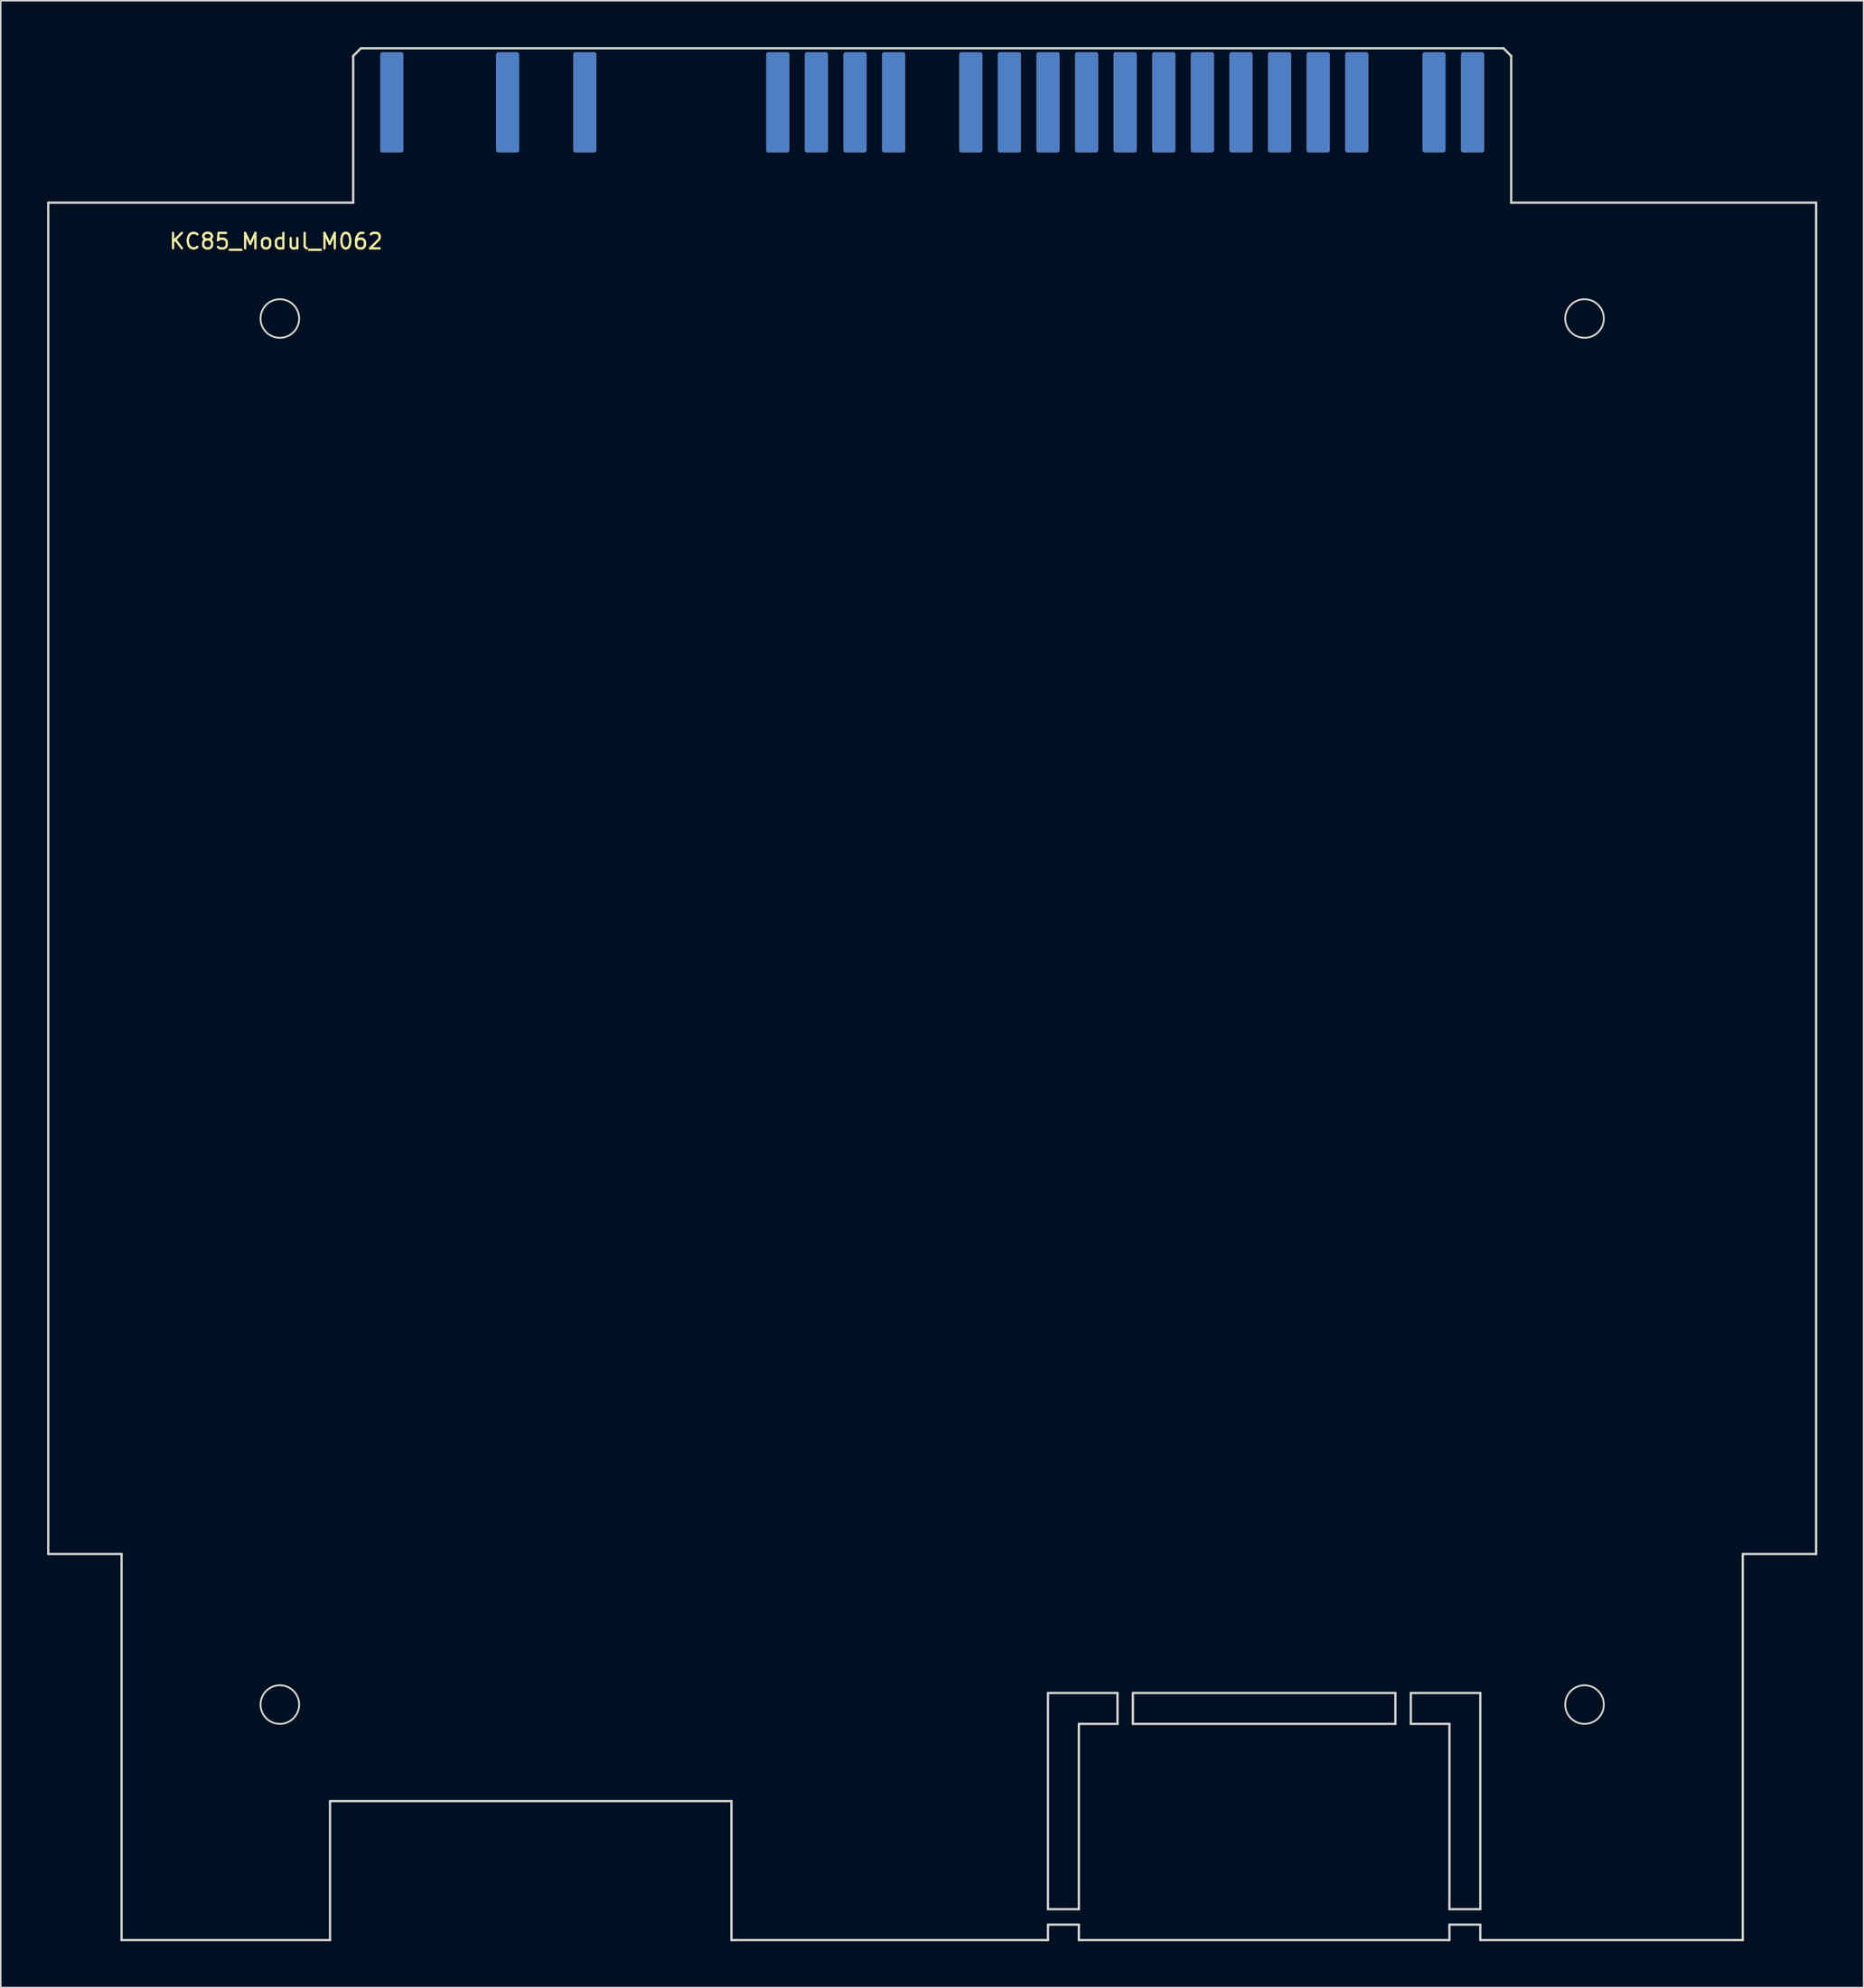
<source format=kicad_pcb>
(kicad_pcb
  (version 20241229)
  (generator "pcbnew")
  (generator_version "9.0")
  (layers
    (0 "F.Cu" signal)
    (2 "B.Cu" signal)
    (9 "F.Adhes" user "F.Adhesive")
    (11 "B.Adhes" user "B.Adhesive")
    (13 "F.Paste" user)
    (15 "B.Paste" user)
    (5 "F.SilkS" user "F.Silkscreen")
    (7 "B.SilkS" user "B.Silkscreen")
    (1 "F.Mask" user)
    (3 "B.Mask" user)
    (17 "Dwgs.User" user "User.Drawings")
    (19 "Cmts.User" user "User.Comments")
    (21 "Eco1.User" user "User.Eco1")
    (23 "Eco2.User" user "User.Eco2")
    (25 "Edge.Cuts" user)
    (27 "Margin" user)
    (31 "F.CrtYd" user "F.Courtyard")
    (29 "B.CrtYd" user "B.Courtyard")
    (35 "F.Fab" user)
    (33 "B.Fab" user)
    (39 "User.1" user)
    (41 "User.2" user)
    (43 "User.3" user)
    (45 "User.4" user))
  (footprint "KC85_Modul_M062"
    (layer "F.Cu")
    (at 19.825 10.075)
    (property "Reference" "KC85_Modul_M062" (at -5 2.5 0) (layer "F.SilkS") (effects (font (size 1 1) (thickness 0.15))))
    (attr through_hole)
    (fp_line (start -19.75 0) (end -19.75 87.5) (stroke (width 0.15) (type solid)) (layer "Edge.Cuts"))
    (fp_line (start -15 87.5) (end -19.75 87.5) (stroke (width 0.15) (type solid)) (layer "Edge.Cuts"))
    (fp_line (start -15 87.5) (end -15 112.5) (stroke (width 0.15) (type solid)) (layer "Edge.Cuts"))
    (fp_line (start -1.5 103.5) (end -1.5 112.5) (stroke (width 0.15) (type default)) (layer "Edge.Cuts"))
    (fp_line (start -1.5 103.5) (end 24.5 103.5) (stroke (width 0.15) (type default)) (layer "Edge.Cuts"))
    (fp_line (start -1.5 112.5) (end -15 112.5) (stroke (width 0.15) (type solid)) (layer "Edge.Cuts"))
    (fp_line (start 0 -9.5) (end 0.5 -10) (stroke (width 0.15) (type solid)) (layer "Edge.Cuts"))
    (fp_line (start 0 0) (end -19.75 0) (stroke (width 0.15) (type solid)) (layer "Edge.Cuts"))
    (fp_line (start 0 0) (end 0 -9.5) (stroke (width 0.15) (type solid)) (layer "Edge.Cuts"))
    (fp_line (start 0.5 -10) (end 74.5 -10) (stroke (width 0.15) (type solid)) (layer "Edge.Cuts"))
    (fp_line (start 24.5 103.5) (end 24.5 112.5) (stroke (width 0.15) (type default)) (layer "Edge.Cuts"))
    (fp_line (start 45 96.5) (end 45 110.5) (stroke (width 0.15) (type default)) (layer "Edge.Cuts"))
    (fp_line (start 45 110.5) (end 47 110.5) (stroke (width 0.15) (type default)) (layer "Edge.Cuts"))
    (fp_line (start 45 111.5) (end 45 112.5) (stroke (width 0.15) (type default)) (layer "Edge.Cuts"))
    (fp_line (start 45 111.5) (end 47 111.5) (stroke (width 0.15) (type default)) (layer "Edge.Cuts"))
    (fp_line (start 45 112.5) (end 24.5 112.5) (stroke (width 0.15) (type solid)) (layer "Edge.Cuts"))
    (fp_line (start 47 98.5) (end 47 110.5) (stroke (width 0.15) (type default)) (layer "Edge.Cuts"))
    (fp_line (start 47 111.5) (end 47 112.5) (stroke (width 0.15) (type default)) (layer "Edge.Cuts"))
    (fp_line (start 49.5 96.5) (end 45 96.5) (stroke (width 0.15) (type default)) (layer "Edge.Cuts"))
    (fp_line (start 49.5 96.5) (end 49.5 98.5) (stroke (width 0.15) (type default)) (layer "Edge.Cuts"))
    (fp_line (start 49.5 98.5) (end 47 98.5) (stroke (width 0.15) (type default)) (layer "Edge.Cuts"))
    (fp_line (start 50.5 96.5) (end 50.5 98.5) (stroke (width 0.15) (type default)) (layer "Edge.Cuts"))
    (fp_line (start 50.5 96.5) (end 67.5 96.5) (stroke (width 0.15) (type default)) (layer "Edge.Cuts"))
    (fp_line (start 50.5 98.5) (end 67.5 98.5) (stroke (width 0.15) (type default)) (layer "Edge.Cuts"))
    (fp_line (start 67.5 98.5) (end 67.5 96.5) (stroke (width 0.15) (type default)) (layer "Edge.Cuts"))
    (fp_line (start 68.5 96.5) (end 73 96.5) (stroke (width 0.15) (type default)) (layer "Edge.Cuts"))
    (fp_line (start 68.5 98.5) (end 68.5 96.5) (stroke (width 0.15) (type default)) (layer "Edge.Cuts"))
    (fp_line (start 68.5 98.5) (end 71 98.5) (stroke (width 0.15) (type default)) (layer "Edge.Cuts"))
    (fp_line (start 71 98.5) (end 71 110.5) (stroke (width 0.15) (type default)) (layer "Edge.Cuts"))
    (fp_line (start 71 110.5) (end 73 110.5) (stroke (width 0.15) (type default)) (layer "Edge.Cuts"))
    (fp_line (start 71 111.5) (end 71 112.5) (stroke (width 0.15) (type default)) (layer "Edge.Cuts"))
    (fp_line (start 71 111.5) (end 73 111.5) (stroke (width 0.15) (type default)) (layer "Edge.Cuts"))
    (fp_line (start 71 112.5) (end 47 112.5) (stroke (width 0.15) (type solid)) (layer "Edge.Cuts"))
    (fp_line (start 73 96.5) (end 73 110.5) (stroke (width 0.15) (type default)) (layer "Edge.Cuts"))
    (fp_line (start 73 111.5) (end 73 112.5) (stroke (width 0.15) (type default)) (layer "Edge.Cuts"))
    (fp_line (start 75 -9.5) (end 74.5 -10) (stroke (width 0.15) (type solid)) (layer "Edge.Cuts"))
    (fp_line (start 75 -9.5) (end 75 0) (stroke (width 0.15) (type solid)) (layer "Edge.Cuts"))
    (fp_line (start 75 0) (end 94.75 0) (stroke (width 0.15) (type solid)) (layer "Edge.Cuts"))
    (fp_line (start 90 87.5) (end 90 112.5) (stroke (width 0.15) (type solid)) (layer "Edge.Cuts"))
    (fp_line (start 90 112.5) (end 73 112.5) (stroke (width 0.15) (type solid)) (layer "Edge.Cuts"))
    (fp_line (start 94.75 0) (end 94.75 87.5) (stroke (width 0.15) (type solid)) (layer "Edge.Cuts"))
    (fp_line (start 94.75 87.5) (end 90 87.5) (stroke (width 0.15) (type solid)) (layer "Edge.Cuts"))
    (fp_circle (center -4.75 7.5) (end -3.5 7.5) (stroke (width 0.12) (type solid)) (fill no) (layer "Edge.Cuts"))
    (fp_circle (center -4.75 97.25) (end -3.5 97.25) (stroke (width 0.12) (type solid)) (fill no) (layer "Edge.Cuts"))
    (fp_circle (center 79.75 7.5) (end 81 7.5) (stroke (width 0.12) (type solid)) (fill no) (layer "Edge.Cuts"))
    (fp_circle (center 79.75 97.25) (end 81 97.25) (stroke (width 0.12) (type solid)) (fill no) (layer "Edge.Cuts"))
    (fp_rect (start -0.5 104) (end 23.5 105.5) (stroke (width 0.1) (type dot)) (fill no) (layer "User.2"))
    (fp_rect (start 0.5 105.5) (end 10.5 112.5) (stroke (width 0.1) (type dash)) (fill no) (layer "User.2"))
    (pad "1A" smd roundrect (at 72.5 -6.5) (size 1.5 6.5) (layers "B.Cu" "B.Mask" "B.Paste") (roundrect_rratio 0.1))
    (pad "1B" smd roundrect (at 72.5 -6.5) (size 1.5 6.5) (layers "F.Cu" "F.Mask" "F.Paste") (roundrect_rratio 0.1))
    (pad "2A" smd roundrect (at 70 -6.5) (size 1.5 6.5) (layers "B.Cu" "B.Mask" "B.Paste") (roundrect_rratio 0.1))
    (pad "4A" smd roundrect (at 65 -6.5) (size 1.5 6.5) (layers "B.Cu" "B.Mask" "B.Paste") (roundrect_rratio 0.1))
    (pad "4B" smd roundrect (at 65 -6.5) (size 1.5 6.5) (layers "F.Cu" "F.Mask" "F.Paste") (roundrect_rratio 0.1))
    (pad "5A" smd roundrect (at 62.5 -6.5) (size 1.5 6.5) (layers "B.Cu" "B.Mask" "B.Paste") (roundrect_rratio 0.1))
    (pad "5B" smd roundrect (at 62.5 -6.5) (size 1.5 6.5) (layers "F.Cu" "F.Mask" "F.Paste") (roundrect_rratio 0.1))
    (pad "6A" smd roundrect (at 60 -6.5) (size 1.5 6.5) (layers "B.Cu" "B.Mask" "B.Paste") (roundrect_rratio 0.1))
    (pad "6B" smd roundrect (at 60 -6.5) (size 1.5 6.5) (layers "F.Cu" "F.Mask" "F.Paste") (roundrect_rratio 0.1))
    (pad "7A" smd roundrect (at 57.5 -6.5) (size 1.5 6.5) (layers "B.Cu" "B.Mask" "B.Paste") (roundrect_rratio 0.1))
    (pad "7B" smd roundrect (at 57.5 -6.5) (size 1.5 6.5) (layers "F.Cu" "F.Mask" "F.Paste") (roundrect_rratio 0.1))
    (pad "8A" smd roundrect (at 55 -6.5) (size 1.5 6.5) (layers "B.Cu" "B.Mask" "B.Paste") (roundrect_rratio 0.1))
    (pad "8B" smd roundrect (at 55 -6.5) (size 1.5 6.5) (layers "F.Cu" "F.Mask" "F.Paste") (roundrect_rratio 0.1))
    (pad "9A" smd roundrect (at 52.5 -6.5) (size 1.5 6.5) (layers "B.Cu" "B.Mask" "B.Paste") (roundrect_rratio 0.1))
    (pad "9B" smd roundrect (at 52.5 -6.5) (size 1.5 6.5) (layers "F.Cu" "F.Mask" "F.Paste") (roundrect_rratio 0.1))
    (pad "10A" smd roundrect (at 50 -6.5) (size 1.5 6.5) (layers "B.Cu" "B.Mask" "B.Paste") (roundrect_rratio 0.1))
    (pad "10B" smd roundrect (at 50 -6.5) (size 1.5 6.5) (layers "F.Cu" "F.Mask" "F.Paste") (roundrect_rratio 0.1))
    (pad "11A" smd roundrect (at 47.5 -6.5) (size 1.5 6.5) (layers "B.Cu" "B.Mask" "B.Paste") (roundrect_rratio 0.1))
    (pad "11B" smd roundrect (at 47.5 -6.5) (size 1.5 6.5) (layers "F.Cu" "F.Mask" "F.Paste") (roundrect_rratio 0.1))
    (pad "12A" smd roundrect (at 45 -6.5) (size 1.5 6.5) (layers "B.Cu" "B.Mask" "B.Paste") (roundrect_rratio 0.1))
    (pad "12B" smd roundrect (at 45 -6.5) (size 1.5 6.5) (layers "F.Cu" "F.Mask" "F.Paste") (roundrect_rratio 0.1))
    (pad "13A" smd roundrect (at 42.5 -6.5) (size 1.5 6.5) (layers "B.Cu" "B.Mask" "B.Paste") (roundrect_rratio 0.1))
    (pad "13B" smd roundrect (at 42.5 -6.5) (size 1.5 6.5) (layers "F.Cu" "F.Mask" "F.Paste") (roundrect_rratio 0.1))
    (pad "14A" smd roundrect (at 40 -6.5) (size 1.5 6.5) (layers "B.Cu" "B.Mask" "B.Paste") (roundrect_rratio 0.1))
    (pad "14B" smd roundrect (at 40 -6.5) (size 1.5 6.5) (layers "F.Cu" "F.Mask" "F.Paste") (roundrect_rratio 0.1))
    (pad "16A" smd roundrect (at 35 -6.5) (size 1.5 6.5) (layers "B.Cu" "B.Mask" "B.Paste") (roundrect_rratio 0.1))
    (pad "16B" smd roundrect (at 35 -6.5) (size 1.5 6.5) (layers "F.Cu" "F.Mask" "F.Paste") (roundrect_rratio 0.1))
    (pad "17A" smd roundrect (at 32.5 -6.5) (size 1.5 6.5) (layers "B.Cu" "B.Mask" "B.Paste") (roundrect_rratio 0.1))
    (pad "17B" smd roundrect (at 32.5 -6.5) (size 1.5 6.5) (layers "F.Cu" "F.Mask" "F.Paste") (roundrect_rratio 0.1))
    (pad "18A" smd roundrect (at 30 -6.5) (size 1.5 6.5) (layers "B.Cu" "B.Mask" "B.Paste") (roundrect_rratio 0.1))
    (pad "18B" smd roundrect (at 30 -6.5) (size 1.5 6.5) (layers "F.Cu" "F.Mask" "F.Paste") (roundrect_rratio 0.1))
    (pad "19A" smd roundrect (at 27.5 -6.5) (size 1.5 6.5) (layers "B.Cu" "B.Mask" "B.Paste") (roundrect_rratio 0.1))
    (pad "19B" smd roundrect (at 27.5 -6.5) (size 1.5 6.5) (layers "F.Cu" "F.Mask" "F.Paste") (roundrect_rratio 0.1))
    (pad "24A" smd roundrect (at 15 -6.5) (size 1.5 6.5) (layers "B.Cu" "B.Mask" "B.Paste") (roundrect_rratio 0.1))
    (pad "24B" smd roundrect (at 15 -6.5) (size 1.5 6.5) (layers "F.Cu" "F.Mask" "F.Paste") (roundrect_rratio 0.1))
    (pad "26A" smd roundrect (at 10 -6.5) (size 1.5 6.5) (layers "B.Cu" "B.Mask" "B.Paste") (roundrect_rratio 0.1))
    (pad "29A" smd roundrect (at 2.5 -6.5) (size 1.5 6.5) (layers "B.Cu" "B.Mask" "B.Paste") (roundrect_rratio 0.1))
    (pad "29B" smd roundrect (at 2.5 -6.5) (size 1.5 6.5) (layers "F.Cu" "F.Mask" "F.Paste") (roundrect_rratio 0.1))
    (zone (net_name "") (layers "F.Cu" "B.Cu" "Edge.Cuts") (hatch edge 0.5) (connect_pads) (min_thickness 0.25) (filled_areas_thickness no) (keepout (tracks allowed) (vias allowed) (pads allowed) (copperpour not_allowed) (footprints allowed)) (placement (enabled no)) (fill) (polygon (pts (xy 19.825 0.075) (xy 94.825 0.075) (xy 94.825 7.575) (xy 19.825 7.575)))))
  (gr_rect
    (start -3 -3)
    (end 117.65 125.65)
    (stroke (width 0.1) (type default))
    (fill no)
    (layer "Edge.Cuts")))
</source>
